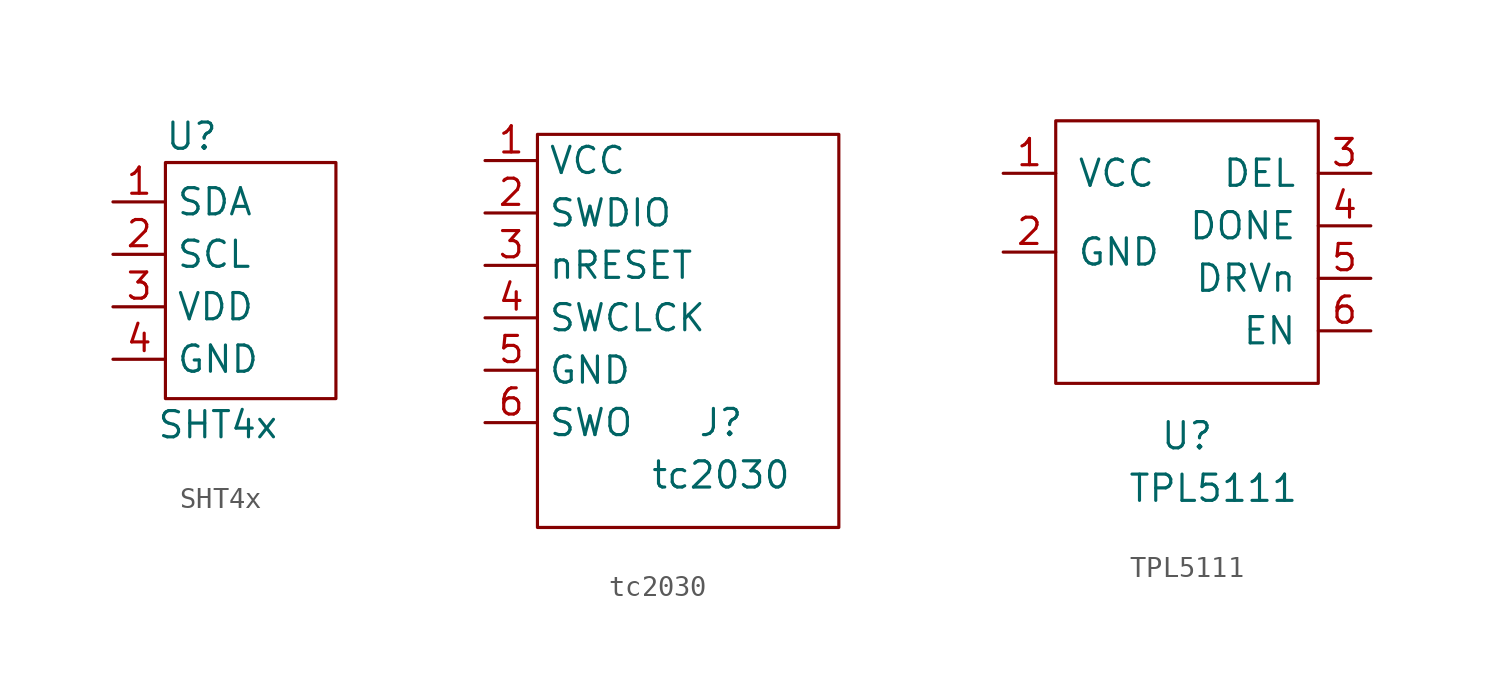
<source format=kicad_sym>
(kicad_symbol_lib
  (version 20211014)
  (generator kicad_symbol_editor)
  (symbol "SHT4x"
    (property "Reference" "U"
      (at -2.54 6.985 0)
      (effects (font (size 1.27 1.27))))
    (property "Value" "SHT4x"
      (at -1.27 -6.985 0)
      (effects (font (size 1.27 1.27))))
    (symbol "SHT4x_0_1"
      (rectangle (start -3.81 5.715) (end 4.445 -5.715) (stroke (width 0) (type default) (color 0 0 0 0)) (fill (type none))))
    (symbol "SHT4x_1_1"
      (pin bidirectional line (at -6.35 3.81 0) (length 2.54) (name "SDA" (effects (font (size 1.27 1.27)))) (number "1" (effects (font (size 1.27 1.27)))))
      (pin input line (at -6.35 1.27 0) (length 2.54) (name "SCL" (effects (font (size 1.27 1.27)))) (number "2" (effects (font (size 1.27 1.27)))))
      (pin input line (at -6.35 -1.27 0) (length 2.54) (name "VDD" (effects (font (size 1.27 1.27)))) (number "3" (effects (font (size 1.27 1.27)))))
      (pin input line (at -6.35 -3.81 0) (length 2.54) (name "GND" (effects (font (size 1.27 1.27)))) (number "4" (effects (font (size 1.27 1.27)))))))
  (symbol "tc2030"
    (property "Reference" "J"
      (at 8.89 5.08 0)
      (effects (font (size 1.27 1.27))))
    (property "Value" "tc2030"
      (at 8.89 2.54 0)
      (effects (font (size 1.27 1.27))))
    (symbol "tc2030_0_1"
      (rectangle (start 0 19.05) (end 14.605 0) (stroke (width 0) (type default) (color 0 0 0 0)) (fill (type none))))
    (symbol "tc2030_1_1"
      (pin power_in line (at -2.54 17.78 0) (length 2.54) (name "VCC" (effects (font (size 1.27 1.27)))) (number "1" (effects (font (size 1.27 1.27)))))
      (pin bidirectional line (at -2.54 15.24 0) (length 2.54) (name "SWDIO" (effects (font (size 1.27 1.27)))) (number "2" (effects (font (size 1.27 1.27)))))
      (pin input line (at -2.54 12.7 0) (length 2.54) (name "nRESET" (effects (font (size 1.27 1.27)))) (number "3" (effects (font (size 1.27 1.27)))))
      (pin input line (at -2.54 10.16 0) (length 2.54) (name "SWCLCK" (effects (font (size 1.27 1.27)))) (number "4" (effects (font (size 1.27 1.27)))))
      (pin power_in line (at -2.54 7.62 0) (length 2.54) (name "GND" (effects (font (size 1.27 1.27)))) (number "5" (effects (font (size 1.27 1.27)))))
      (pin power_in line (at -2.54 5.08 0) (length 2.54) (name "SWO" (effects (font (size 1.27 1.27)))) (number "6" (effects (font (size 1.27 1.27)))))))
  (symbol "TPL5111"
    (pin_names
      (offset 1.016))
    (property "Reference" "U"
      (at 0 0 0)
      (effects (font (size 1.27 1.27))))
    (property "Value" "TPL5111"
      (at 1.27 -2.54 0)
      (effects (font (size 1.27 1.27))))
    (symbol "TPL5111_0_1"
      (rectangle (start -6.35 15.24) (end 6.35 2.54) (stroke (width 0) (type default) (color 0 0 0 0)) (fill (type none))))
    (symbol "TPL5111_1_1"
      (pin input line (at -8.89 12.7 0) (length 2.54) (name "VCC" (effects (font (size 1.27 1.27)))) (number "1" (effects (font (size 1.27 1.27)))))
      (pin input line (at -8.89 8.89 0) (length 2.54) (name "GND" (effects (font (size 1.27 1.27)))) (number "2" (effects (font (size 1.27 1.27)))))
      (pin input line (at 8.89 12.7 180) (length 2.54) (name "DEL" (effects (font (size 1.27 1.27)))) (number "3" (effects (font (size 1.27 1.27)))))
      (pin input line (at 8.89 10.16 180) (length 2.54) (name "DONE" (effects (font (size 1.27 1.27)))) (number "4" (effects (font (size 1.27 1.27)))))
      (pin input line (at 8.89 7.62 180) (length 2.54) (name "DRVn" (effects (font (size 1.27 1.27)))) (number "5" (effects (font (size 1.27 1.27)))))
      (pin input line (at 8.89 5.08 180) (length 2.54) (name "EN" (effects (font (size 1.27 1.27)))) (number "6" (effects (font (size 1.27 1.27))))))))
</source>
